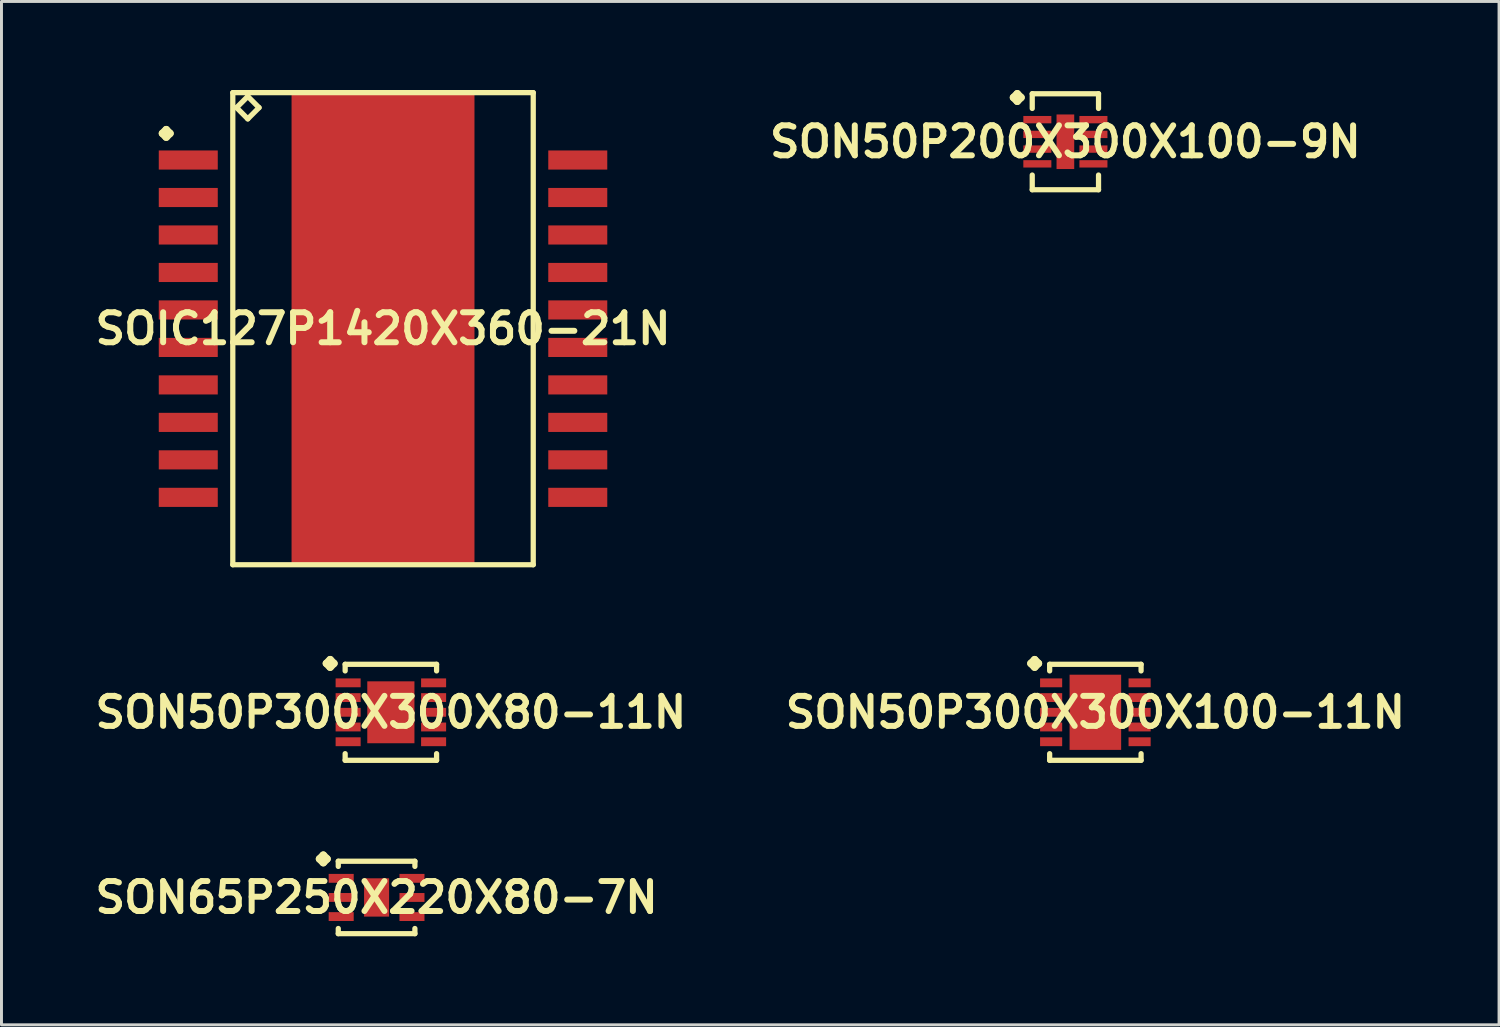
<source format=kicad_pcb>
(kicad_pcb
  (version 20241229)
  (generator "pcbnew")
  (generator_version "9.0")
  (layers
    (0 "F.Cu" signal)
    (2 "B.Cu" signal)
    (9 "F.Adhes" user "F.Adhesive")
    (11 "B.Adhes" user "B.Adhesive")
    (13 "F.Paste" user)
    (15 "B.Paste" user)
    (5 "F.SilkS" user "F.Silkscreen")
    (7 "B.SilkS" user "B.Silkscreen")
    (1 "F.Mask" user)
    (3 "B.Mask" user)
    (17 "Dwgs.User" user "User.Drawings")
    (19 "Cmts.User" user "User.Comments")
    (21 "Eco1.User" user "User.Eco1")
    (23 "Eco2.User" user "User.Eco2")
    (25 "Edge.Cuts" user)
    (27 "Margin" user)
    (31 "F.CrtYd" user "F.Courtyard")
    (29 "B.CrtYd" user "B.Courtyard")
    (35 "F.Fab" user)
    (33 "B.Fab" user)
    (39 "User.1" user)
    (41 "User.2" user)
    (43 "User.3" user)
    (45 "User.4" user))
  (footprint "SON50P200X300X100-9N"
    (layer "F.Cu")
    (at 33.049 1.753)
    (property "Reference" "SON50P200X300X100-9N" (at 0 0 0) (layer "F.SilkS") (effects (font (size 1.016 1.016) (thickness 0.203))))
    (attr smd)
    (fp_line (start -1.758 -1.499) (end -1.631 -1.626) (stroke (width 0.254) (type solid)) (layer "F.SilkS"))
    (fp_line (start -1.631 -1.626) (end -1.504 -1.499) (stroke (width 0.254) (type solid)) (layer "F.SilkS"))
    (fp_line (start -1.631 -1.372) (end -1.758 -1.499) (stroke (width 0.254) (type solid)) (layer "F.SilkS"))
    (fp_line (start -1.504 -1.499) (end -1.631 -1.372) (stroke (width 0.254) (type solid)) (layer "F.SilkS"))
    (fp_line (start -1.123 -1.626) (end 1.123 -1.626) (stroke (width 0.178) (type solid)) (layer "F.SilkS"))
    (fp_line (start -1.123 -1.128) (end -1.123 -1.626) (stroke (width 0.178) (type solid)) (layer "F.SilkS"))
    (fp_line (start -1.123 1.128) (end -1.123 1.626) (stroke (width 0.178) (type solid)) (layer "F.SilkS"))
    (fp_line (start -1.123 1.626) (end 1.123 1.626) (stroke (width 0.178) (type solid)) (layer "F.SilkS"))
    (fp_line (start 1.123 -1.626) (end 1.123 -1.128) (stroke (width 0.178) (type solid)) (layer "F.SilkS"))
    (fp_line (start 1.123 1.626) (end 1.123 1.128) (stroke (width 0.178) (type solid)) (layer "F.SilkS"))
    (pad "1" smd rect (at -0.95 -0.749) (size 0.95 0.249) (layers "F.Cu" "F.Mask" "F.Paste"))
    (pad "2" smd rect (at -0.95 -0.249) (size 0.95 0.249) (layers "F.Cu" "F.Mask" "F.Paste"))
    (pad "3" smd rect (at -0.95 0.249) (size 0.95 0.249) (layers "F.Cu" "F.Mask" "F.Paste"))
    (pad "4" smd rect (at -0.95 0.749) (size 0.95 0.249) (layers "F.Cu" "F.Mask" "F.Paste"))
    (pad "5" smd rect (at 0.95 0.749) (size 0.95 0.249) (layers "F.Cu" "F.Mask" "F.Paste"))
    (pad "6" smd rect (at 0.95 0.249) (size 0.95 0.249) (layers "F.Cu" "F.Mask" "F.Paste"))
    (pad "7" smd rect (at 0.95 -0.249) (size 0.95 0.249) (layers "F.Cu" "F.Mask" "F.Paste"))
    (pad "8" smd rect (at 0.95 -0.749) (size 0.95 0.249) (layers "F.Cu" "F.Mask" "F.Paste"))
    (pad "9" smd rect (at 0 0) (size 0.599 1.849) (layers "F.Cu" "F.Mask" "F.Paste")))
  (footprint "SON65P250X220X80-7N"
    (layer "F.Cu")
    (at 9.71 27.359)
    (property "Reference" "SON65P250X220X80-7N" (at 0 0 0) (layer "F.SilkS") (effects (font (size 1.016 1.016) (thickness 0.203))))
    (attr smd)
    (fp_line (start -1.933 -1.306) (end -1.806 -1.433) (stroke (width 0.254) (type solid)) (layer "F.SilkS"))
    (fp_line (start -1.806 -1.433) (end -1.679 -1.306) (stroke (width 0.254) (type solid)) (layer "F.SilkS"))
    (fp_line (start -1.806 -1.179) (end -1.933 -1.306) (stroke (width 0.254) (type solid)) (layer "F.SilkS"))
    (fp_line (start -1.679 -1.306) (end -1.806 -1.179) (stroke (width 0.254) (type solid)) (layer "F.SilkS"))
    (fp_line (start -1.298 -1.227) (end 1.298 -1.227) (stroke (width 0.178) (type solid)) (layer "F.SilkS"))
    (fp_line (start -1.298 -1.052) (end -1.298 -1.227) (stroke (width 0.178) (type solid)) (layer "F.SilkS"))
    (fp_line (start -1.298 1.052) (end -1.298 1.227) (stroke (width 0.178) (type solid)) (layer "F.SilkS"))
    (fp_line (start -1.298 1.227) (end 1.298 1.227) (stroke (width 0.178) (type solid)) (layer "F.SilkS"))
    (fp_line (start 1.298 -1.227) (end 1.298 -1.052) (stroke (width 0.178) (type solid)) (layer "F.SilkS"))
    (fp_line (start 1.298 1.227) (end 1.298 1.052) (stroke (width 0.178) (type solid)) (layer "F.SilkS"))
    (pad "1" smd rect (at -1.199 -0.648) (size 0.848 0.3) (layers "F.Cu" "F.Mask" "F.Paste"))
    (pad "2" smd rect (at -1.199 0) (size 0.848 0.3) (layers "F.Cu" "F.Mask" "F.Paste"))
    (pad "3" smd rect (at -1.199 0.648) (size 0.848 0.3) (layers "F.Cu" "F.Mask" "F.Paste"))
    (pad "4" smd rect (at 1.199 0.648) (size 0.848 0.3) (layers "F.Cu" "F.Mask" "F.Paste"))
    (pad "5" smd rect (at 1.199 0) (size 0.848 0.3) (layers "F.Cu" "F.Mask" "F.Paste"))
    (pad "6" smd rect (at 1.199 -0.648) (size 0.848 0.3) (layers "F.Cu" "F.Mask" "F.Paste"))
    (pad "7" smd rect (at 0 0) (size 0.848 1.298) (layers "F.Cu" "F.Mask" "F.Paste")))
  (footprint "SON50P300X300X100-11N"
    (layer "F.Cu")
    (at 34.065 21.085)
    (property "Reference" "SON50P300X300X100-11N" (at 0 0 0) (layer "F.SilkS") (effects (font (size 1.016 1.016) (thickness 0.203))))
    (attr smd)
    (fp_line (start -2.184 -1.656) (end -2.057 -1.783) (stroke (width 0.254) (type solid)) (layer "F.SilkS"))
    (fp_line (start -2.057 -1.783) (end -1.93 -1.656) (stroke (width 0.254) (type solid)) (layer "F.SilkS"))
    (fp_line (start -2.057 -1.529) (end -2.184 -1.656) (stroke (width 0.254) (type solid)) (layer "F.SilkS"))
    (fp_line (start -1.93 -1.656) (end -2.057 -1.529) (stroke (width 0.254) (type solid)) (layer "F.SilkS"))
    (fp_line (start -1.549 -1.626) (end 1.549 -1.626) (stroke (width 0.178) (type solid)) (layer "F.SilkS"))
    (fp_line (start -1.549 -1.402) (end -1.549 -1.626) (stroke (width 0.178) (type solid)) (layer "F.SilkS"))
    (fp_line (start -1.549 1.402) (end -1.549 1.626) (stroke (width 0.178) (type solid)) (layer "F.SilkS"))
    (fp_line (start -1.549 1.626) (end 1.549 1.626) (stroke (width 0.178) (type solid)) (layer "F.SilkS"))
    (fp_line (start 1.549 -1.626) (end 1.549 -1.402) (stroke (width 0.178) (type solid)) (layer "F.SilkS"))
    (fp_line (start 1.549 1.626) (end 1.549 1.402) (stroke (width 0.178) (type solid)) (layer "F.SilkS"))
    (pad "1" smd rect (at -1.499 -0.998) (size 0.749 0.3) (layers "F.Cu" "F.Mask" "F.Paste"))
    (pad "2" smd rect (at -1.499 -0.498) (size 0.749 0.3) (layers "F.Cu" "F.Mask" "F.Paste"))
    (pad "3" smd rect (at -1.499 0) (size 0.749 0.3) (layers "F.Cu" "F.Mask" "F.Paste"))
    (pad "4" smd rect (at -1.499 0.498) (size 0.749 0.3) (layers "F.Cu" "F.Mask" "F.Paste"))
    (pad "5" smd rect (at -1.499 0.998) (size 0.749 0.3) (layers "F.Cu" "F.Mask" "F.Paste"))
    (pad "6" smd rect (at 1.499 0.998) (size 0.749 0.3) (layers "F.Cu" "F.Mask" "F.Paste"))
    (pad "7" smd rect (at 1.499 0.498) (size 0.749 0.3) (layers "F.Cu" "F.Mask" "F.Paste"))
    (pad "8" smd rect (at 1.499 0) (size 0.749 0.3) (layers "F.Cu" "F.Mask" "F.Paste"))
    (pad "9" smd rect (at 1.499 -0.498) (size 0.749 0.3) (layers "F.Cu" "F.Mask" "F.Paste"))
    (pad "10" smd rect (at 1.499 -0.998) (size 0.749 0.3) (layers "F.Cu" "F.Mask" "F.Paste"))
    (pad "11" smd rect (at 0 0) (size 1.748 2.548) (layers "F.Cu" "F.Mask" "F.Paste")))
  (footprint "SOIC127P1420X360-21N"
    (layer "F.Cu")
    (at 9.928 8.087)
    (property "Reference" "SOIC127P1420X360-21N" (at 0 0 0) (layer "F.SilkS") (effects (font (size 1.016 1.016) (thickness 0.203))))
    (attr smd)
    (fp_line (start -7.473 -6.617) (end -7.346 -6.744) (stroke (width 0.254) (type solid)) (layer "F.SilkS"))
    (fp_line (start -7.346 -6.744) (end -7.219 -6.617) (stroke (width 0.254) (type solid)) (layer "F.SilkS"))
    (fp_line (start -7.346 -6.49) (end -7.473 -6.617) (stroke (width 0.254) (type solid)) (layer "F.SilkS"))
    (fp_line (start -7.219 -6.617) (end -7.346 -6.49) (stroke (width 0.254) (type solid)) (layer "F.SilkS"))
    (fp_line (start -5.09 -7.998) (end -5.09 7.998) (stroke (width 0.178) (type solid)) (layer "F.SilkS"))
    (fp_line (start -5.09 7.998) (end 5.09 7.998) (stroke (width 0.178) (type solid)) (layer "F.SilkS"))
    (fp_line (start -4.963 -7.49) (end -4.582 -7.871) (stroke (width 0.178) (type solid)) (layer "F.SilkS"))
    (fp_line (start -4.582 -7.871) (end -4.201 -7.49) (stroke (width 0.178) (type solid)) (layer "F.SilkS"))
    (fp_line (start -4.582 -7.109) (end -4.963 -7.49) (stroke (width 0.178) (type solid)) (layer "F.SilkS"))
    (fp_line (start -4.201 -7.49) (end -4.582 -7.109) (stroke (width 0.178) (type solid)) (layer "F.SilkS"))
    (fp_line (start 5.09 -7.998) (end -5.09 -7.998) (stroke (width 0.178) (type solid)) (layer "F.SilkS"))
    (fp_line (start 5.09 7.998) (end 5.09 -7.998) (stroke (width 0.178) (type solid)) (layer "F.SilkS"))
    (pad "1" smd rect (at -6.599 -5.715) (size 1.999 0.648) (layers "F.Cu" "F.Mask" "F.Paste"))
    (pad "2" smd rect (at -6.599 -4.445) (size 1.999 0.648) (layers "F.Cu" "F.Mask" "F.Paste"))
    (pad "3" smd rect (at -6.599 -3.175) (size 1.999 0.648) (layers "F.Cu" "F.Mask" "F.Paste"))
    (pad "4" smd rect (at -6.599 -1.905) (size 1.999 0.648) (layers "F.Cu" "F.Mask" "F.Paste"))
    (pad "5" smd rect (at -6.599 -0.635) (size 1.999 0.648) (layers "F.Cu" "F.Mask" "F.Paste"))
    (pad "6" smd rect (at -6.599 0.635) (size 1.999 0.648) (layers "F.Cu" "F.Mask" "F.Paste"))
    (pad "7" smd rect (at -6.599 1.905) (size 1.999 0.648) (layers "F.Cu" "F.Mask" "F.Paste"))
    (pad "8" smd rect (at -6.599 3.175) (size 1.999 0.648) (layers "F.Cu" "F.Mask" "F.Paste"))
    (pad "9" smd rect (at -6.599 4.445) (size 1.999 0.648) (layers "F.Cu" "F.Mask" "F.Paste"))
    (pad "10" smd rect (at -6.599 5.715) (size 1.999 0.648) (layers "F.Cu" "F.Mask" "F.Paste"))
    (pad "11" smd rect (at 6.599 5.715) (size 1.999 0.648) (layers "F.Cu" "F.Mask" "F.Paste"))
    (pad "12" smd rect (at 6.599 4.445) (size 1.999 0.648) (layers "F.Cu" "F.Mask" "F.Paste"))
    (pad "13" smd rect (at 6.599 3.175) (size 1.999 0.648) (layers "F.Cu" "F.Mask" "F.Paste"))
    (pad "14" smd rect (at 6.599 1.905) (size 1.999 0.648) (layers "F.Cu" "F.Mask" "F.Paste"))
    (pad "15" smd rect (at 6.599 0.635) (size 1.999 0.648) (layers "F.Cu" "F.Mask" "F.Paste"))
    (pad "16" smd rect (at 6.599 -0.635) (size 1.999 0.648) (layers "F.Cu" "F.Mask" "F.Paste"))
    (pad "17" smd rect (at 6.599 -1.905) (size 1.999 0.648) (layers "F.Cu" "F.Mask" "F.Paste"))
    (pad "18" smd rect (at 6.599 -3.175) (size 1.999 0.648) (layers "F.Cu" "F.Mask" "F.Paste"))
    (pad "19" smd rect (at 6.599 -4.445) (size 1.999 0.648) (layers "F.Cu" "F.Mask" "F.Paste"))
    (pad "20" smd rect (at 6.599 -5.715) (size 1.999 0.648) (layers "F.Cu" "F.Mask" "F.Paste"))
    (pad "21" smd rect (at 0 0) (size 6.198 15.999) (layers "F.Cu" "F.Mask" "F.Paste")))
  (footprint "SON50P300X300X80-11N"
    (layer "F.Cu")
    (at 10.194 21.085)
    (property "Reference" "SON50P300X300X80-11N" (at 0 0 0) (layer "F.SilkS") (effects (font (size 1.016 1.016) (thickness 0.203))))
    (attr smd)
    (fp_line (start -2.184 -1.656) (end -2.057 -1.783) (stroke (width 0.254) (type solid)) (layer "F.SilkS"))
    (fp_line (start -2.057 -1.783) (end -1.93 -1.656) (stroke (width 0.254) (type solid)) (layer "F.SilkS"))
    (fp_line (start -2.057 -1.529) (end -2.184 -1.656) (stroke (width 0.254) (type solid)) (layer "F.SilkS"))
    (fp_line (start -1.93 -1.656) (end -2.057 -1.529) (stroke (width 0.254) (type solid)) (layer "F.SilkS"))
    (fp_line (start -1.549 -1.626) (end 1.549 -1.626) (stroke (width 0.178) (type solid)) (layer "F.SilkS"))
    (fp_line (start -1.549 -1.402) (end -1.549 -1.626) (stroke (width 0.178) (type solid)) (layer "F.SilkS"))
    (fp_line (start -1.549 1.402) (end -1.549 1.626) (stroke (width 0.178) (type solid)) (layer "F.SilkS"))
    (fp_line (start -1.549 1.626) (end 1.549 1.626) (stroke (width 0.178) (type solid)) (layer "F.SilkS"))
    (fp_line (start 1.549 -1.626) (end 1.549 -1.402) (stroke (width 0.178) (type solid)) (layer "F.SilkS"))
    (fp_line (start 1.549 1.626) (end 1.549 1.402) (stroke (width 0.178) (type solid)) (layer "F.SilkS"))
    (pad "1" smd rect (at -1.448 -0.998) (size 0.848 0.3) (layers "F.Cu" "F.Mask" "F.Paste"))
    (pad "2" smd rect (at -1.448 -0.498) (size 0.848 0.3) (layers "F.Cu" "F.Mask" "F.Paste"))
    (pad "3" smd rect (at -1.448 0) (size 0.848 0.3) (layers "F.Cu" "F.Mask" "F.Paste"))
    (pad "4" smd rect (at -1.448 0.498) (size 0.848 0.3) (layers "F.Cu" "F.Mask" "F.Paste"))
    (pad "5" smd rect (at -1.448 0.998) (size 0.848 0.3) (layers "F.Cu" "F.Mask" "F.Paste"))
    (pad "6" smd rect (at 1.448 0.998) (size 0.848 0.3) (layers "F.Cu" "F.Mask" "F.Paste"))
    (pad "7" smd rect (at 1.448 0.498) (size 0.848 0.3) (layers "F.Cu" "F.Mask" "F.Paste"))
    (pad "8" smd rect (at 1.448 0) (size 0.848 0.3) (layers "F.Cu" "F.Mask" "F.Paste"))
    (pad "9" smd rect (at 1.448 -0.498) (size 0.848 0.3) (layers "F.Cu" "F.Mask" "F.Paste"))
    (pad "10" smd rect (at 1.448 -0.998) (size 0.848 0.3) (layers "F.Cu" "F.Mask" "F.Paste"))
    (pad "11" smd rect (at 0 0) (size 1.598 2.098) (layers "F.Cu" "F.Mask" "F.Paste")))
  (gr_rect
    (start -3 -3)
    (end 47.743 31.675)
    (stroke (width 0.1) (type default))
    (fill no)
    (layer "Edge.Cuts")))
</source>
